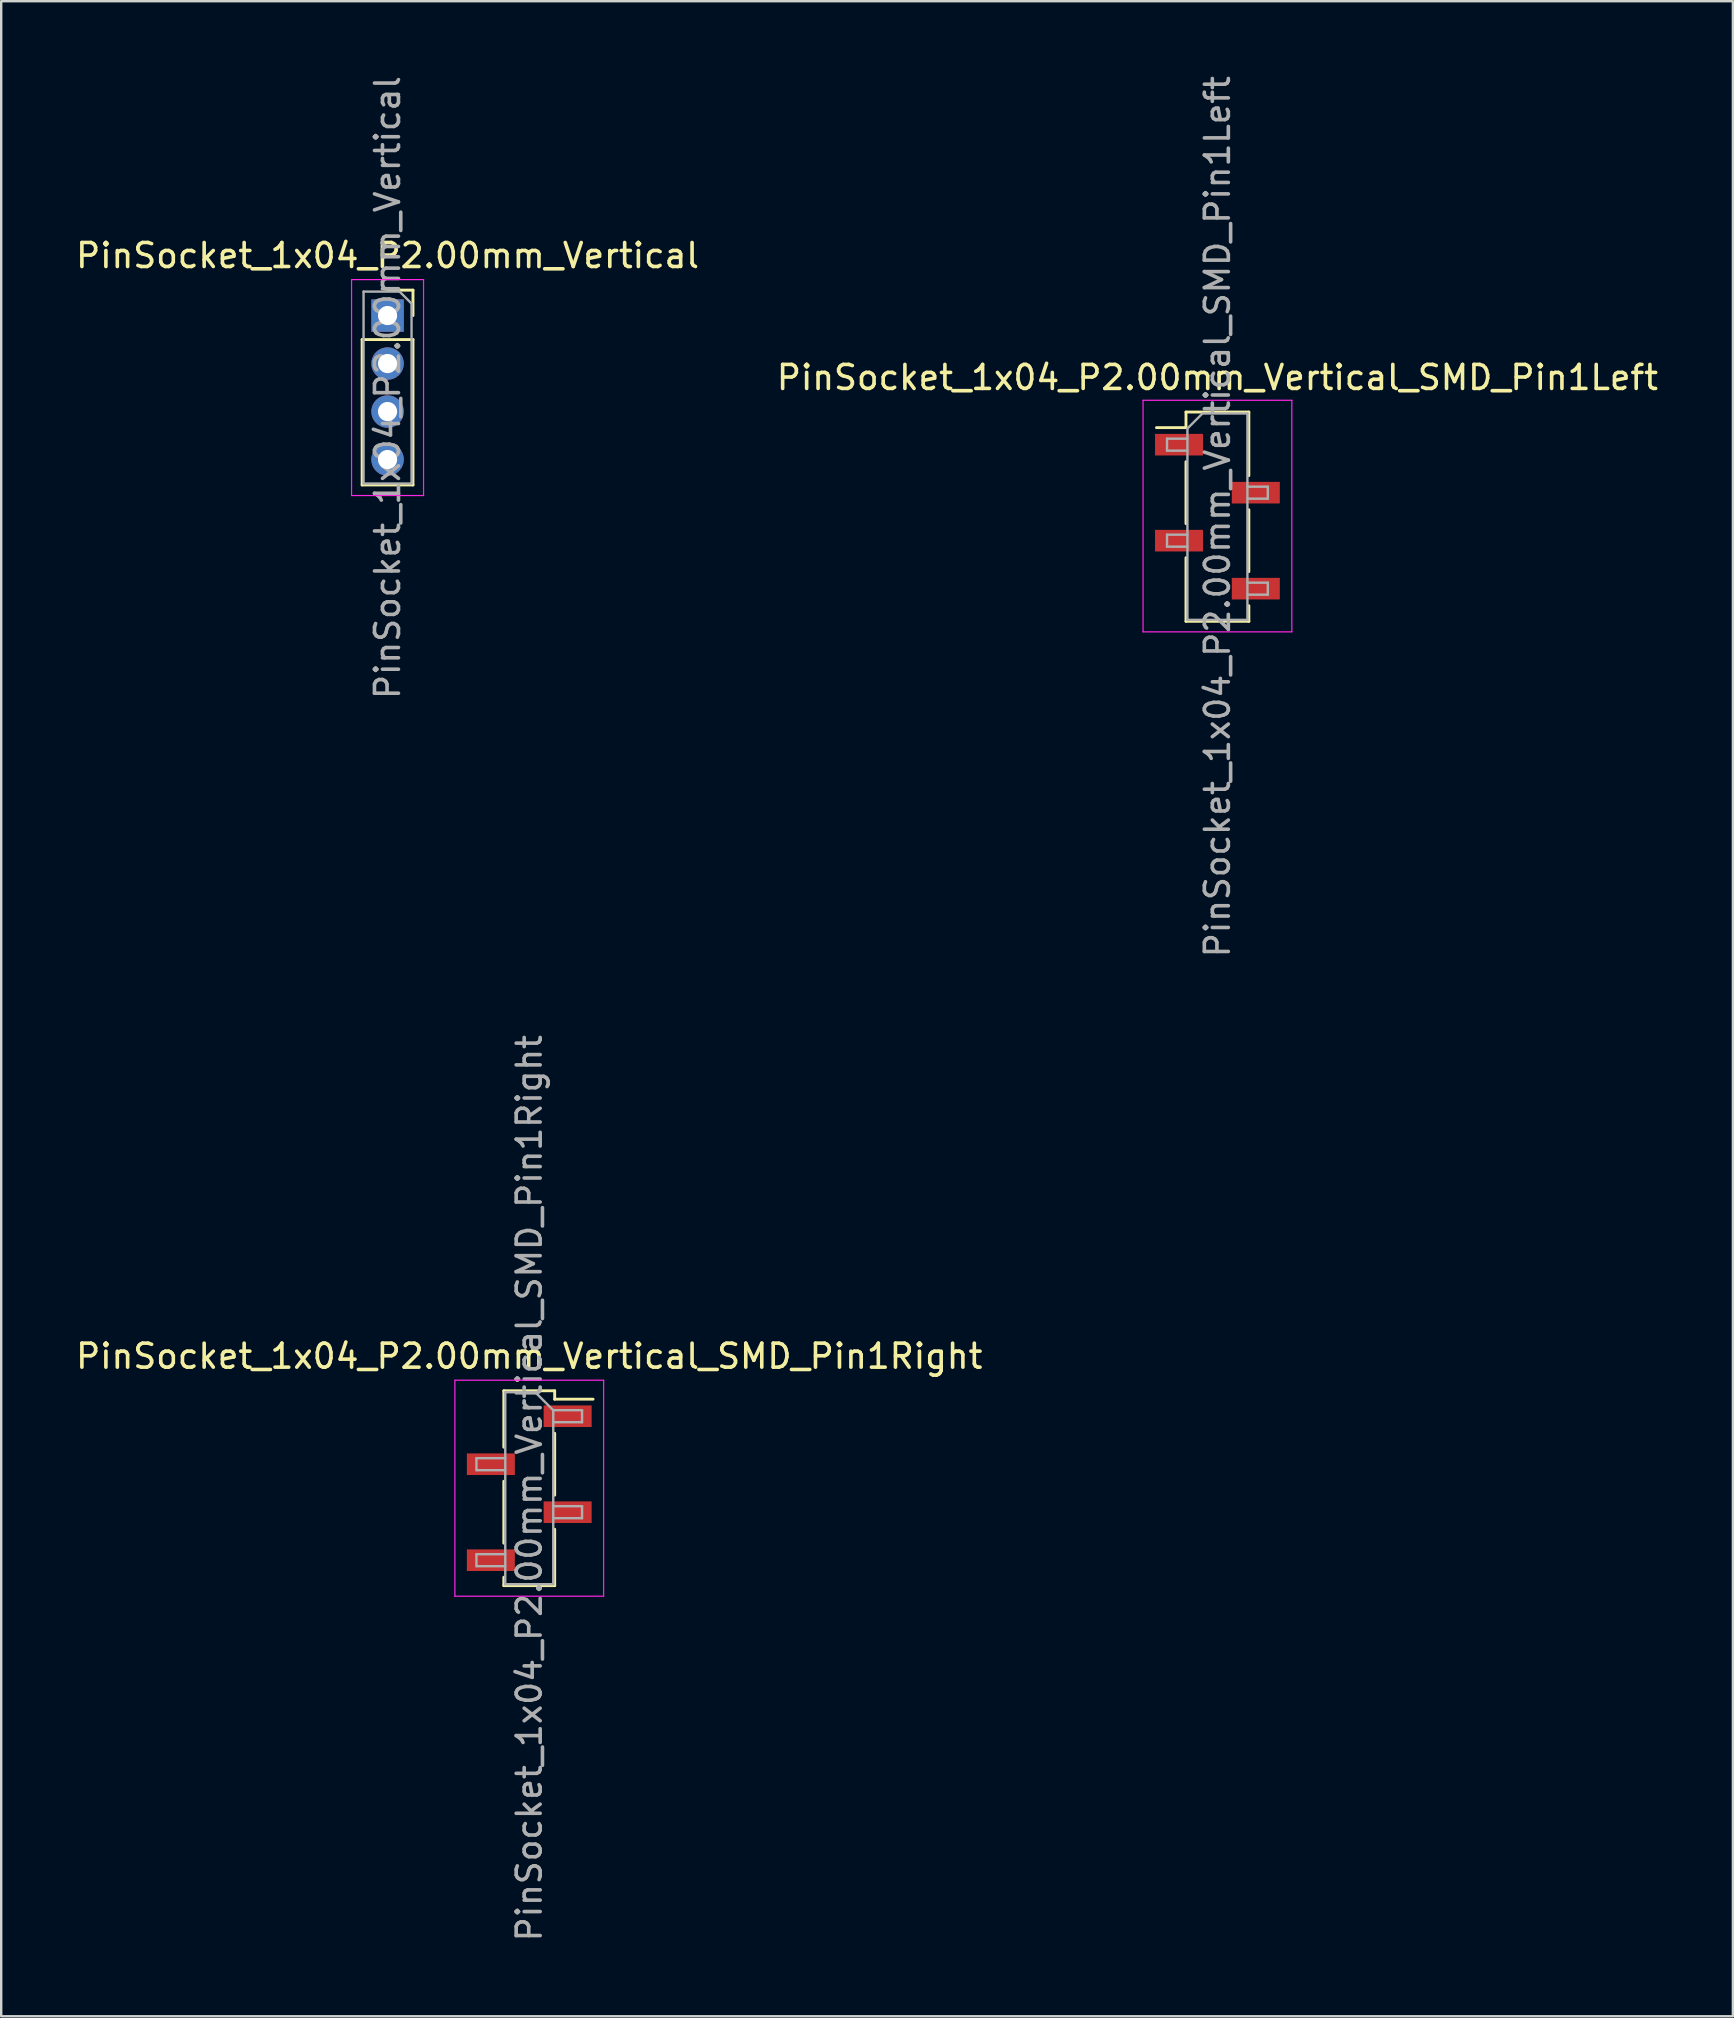
<source format=kicad_pcb>
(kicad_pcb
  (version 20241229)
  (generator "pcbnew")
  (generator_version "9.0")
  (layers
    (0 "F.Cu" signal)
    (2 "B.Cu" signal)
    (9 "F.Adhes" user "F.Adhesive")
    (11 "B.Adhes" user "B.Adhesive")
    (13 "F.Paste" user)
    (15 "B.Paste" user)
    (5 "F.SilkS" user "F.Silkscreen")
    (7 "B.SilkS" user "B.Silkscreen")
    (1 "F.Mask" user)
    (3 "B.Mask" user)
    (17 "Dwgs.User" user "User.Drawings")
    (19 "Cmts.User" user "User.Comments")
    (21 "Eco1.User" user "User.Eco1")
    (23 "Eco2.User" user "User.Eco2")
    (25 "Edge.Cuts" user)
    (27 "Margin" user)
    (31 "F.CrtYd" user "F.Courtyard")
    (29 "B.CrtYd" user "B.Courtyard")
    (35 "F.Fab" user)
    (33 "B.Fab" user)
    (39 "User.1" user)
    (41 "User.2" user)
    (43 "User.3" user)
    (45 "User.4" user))
  (footprint "PinSocket_1x04_P2.00mm_Vertical_SMD_Pin1Right"
    (layer "F.Cu")
    (at 19.006 58.97)
    (property "Reference" "PinSocket_1x04_P2.00mm_Vertical_SMD_Pin1Right" (at 0 -5.5 0) (layer "F.SilkS") (effects (font (size 1 1) (thickness 0.15))))
    (attr smd)
    (fp_line (start -1.06 -4.06) (end -1.06 -1.71) (stroke (width 0.12) (type solid)) (layer "F.SilkS"))
    (fp_line (start -1.06 -4.06) (end 1.06 -4.06) (stroke (width 0.12) (type solid)) (layer "F.SilkS"))
    (fp_line (start -1.06 -0.29) (end -1.06 2.29) (stroke (width 0.12) (type solid)) (layer "F.SilkS"))
    (fp_line (start -1.06 4.06) (end -1.06 3.71) (stroke (width 0.12) (type solid)) (layer "F.SilkS"))
    (fp_line (start 1.06 -4.06) (end 1.06 -3.71) (stroke (width 0.12) (type solid)) (layer "F.SilkS"))
    (fp_line (start 1.06 -3.71) (end 2.66 -3.71) (stroke (width 0.12) (type solid)) (layer "F.SilkS"))
    (fp_line (start 1.06 -2.29) (end 1.06 0.29) (stroke (width 0.12) (type solid)) (layer "F.SilkS"))
    (fp_line (start 1.06 1.71) (end 1.06 4.06) (stroke (width 0.12) (type solid)) (layer "F.SilkS"))
    (fp_line (start 1.06 4.06) (end -1.06 4.06) (stroke (width 0.12) (type solid)) (layer "F.SilkS"))
    (fp_line (start -3.1 -4.5) (end 3.1 -4.5) (stroke (width 0.05) (type solid)) (layer "F.CrtYd"))
    (fp_line (start -3.1 4.5) (end -3.1 -4.5) (stroke (width 0.05) (type solid)) (layer "F.CrtYd"))
    (fp_line (start 3.1 -4.5) (end 3.1 4.5) (stroke (width 0.05) (type solid)) (layer "F.CrtYd"))
    (fp_line (start 3.1 4.5) (end -3.1 4.5) (stroke (width 0.05) (type solid)) (layer "F.CrtYd"))
    (fp_line (start -2.2 -1.25) (end -1 -1.25) (stroke (width 0.1) (type solid)) (layer "F.Fab"))
    (fp_line (start -2.2 -0.75) (end -2.2 -1.25) (stroke (width 0.1) (type solid)) (layer "F.Fab"))
    (fp_line (start -2.2 2.75) (end -1 2.75) (stroke (width 0.1) (type solid)) (layer "F.Fab"))
    (fp_line (start -2.2 3.25) (end -2.2 2.75) (stroke (width 0.1) (type solid)) (layer "F.Fab"))
    (fp_line (start -1 -4) (end 0.25 -4) (stroke (width 0.1) (type solid)) (layer "F.Fab"))
    (fp_line (start -1 -0.75) (end -2.2 -0.75) (stroke (width 0.1) (type solid)) (layer "F.Fab"))
    (fp_line (start -1 3.25) (end -2.2 3.25) (stroke (width 0.1) (type solid)) (layer "F.Fab"))
    (fp_line (start -1 4) (end -1 -4) (stroke (width 0.1) (type solid)) (layer "F.Fab"))
    (fp_line (start 0.25 -4) (end 1 -3.25) (stroke (width 0.1) (type solid)) (layer "F.Fab"))
    (fp_line (start 1 -3.25) (end 1 4) (stroke (width 0.1) (type solid)) (layer "F.Fab"))
    (fp_line (start 1 -3.25) (end 2.2 -3.25) (stroke (width 0.1) (type solid)) (layer "F.Fab"))
    (fp_line (start 1 0.75) (end 2.2 0.75) (stroke (width 0.1) (type solid)) (layer "F.Fab"))
    (fp_line (start 1 4) (end -1 4) (stroke (width 0.1) (type solid)) (layer "F.Fab"))
    (fp_line (start 2.2 -3.25) (end 2.2 -2.75) (stroke (width 0.1) (type solid)) (layer "F.Fab"))
    (fp_line (start 2.2 -2.75) (end 1 -2.75) (stroke (width 0.1) (type solid)) (layer "F.Fab"))
    (fp_line (start 2.2 0.75) (end 2.2 1.25) (stroke (width 0.1) (type solid)) (layer "F.Fab"))
    (fp_line (start 2.2 1.25) (end 1 1.25) (stroke (width 0.1) (type solid)) (layer "F.Fab"))
    (fp_text user "${REFERENCE}" (at 0 0 90) (layer "F.Fab") (effects (font (size 1 1) (thickness 0.15))))
    (pad "1" smd rect (at 1.6 -3) (size 2 0.9) (layers "F.Cu" "F.Mask" "F.Paste"))
    (pad "2" smd rect (at -1.6 -1) (size 2 0.9) (layers "F.Cu" "F.Mask" "F.Paste"))
    (pad "3" smd rect (at 1.6 1) (size 2 0.9) (layers "F.Cu" "F.Mask" "F.Paste"))
    (pad "4" smd rect (at -1.6 3) (size 2 0.9) (layers "F.Cu" "F.Mask" "F.Paste")))
  (footprint "PinSocket_1x04_P2.00mm_Vertical"
    (layer "F.Cu")
    (at 13.101 10.101)
    (property "Reference" "PinSocket_1x04_P2.00mm_Vertical" (at 0 -2.5 0) (layer "F.SilkS") (effects (font (size 1 1) (thickness 0.15))))
    (attr through_hole)
    (fp_line (start -1.06 1) (end -1.06 7.06) (stroke (width 0.12) (type solid)) (layer "F.SilkS"))
    (fp_line (start -1.06 1) (end 1.06 1) (stroke (width 0.12) (type solid)) (layer "F.SilkS"))
    (fp_line (start -1.06 7.06) (end 1.06 7.06) (stroke (width 0.12) (type solid)) (layer "F.SilkS"))
    (fp_line (start 0 -1.06) (end 1.06 -1.06) (stroke (width 0.12) (type solid)) (layer "F.SilkS"))
    (fp_line (start 1.06 -1.06) (end 1.06 0) (stroke (width 0.12) (type solid)) (layer "F.SilkS"))
    (fp_line (start 1.06 1) (end 1.06 7.06) (stroke (width 0.12) (type solid)) (layer "F.SilkS"))
    (fp_line (start -1.5 -1.5) (end 1.5 -1.5) (stroke (width 0.05) (type solid)) (layer "F.CrtYd"))
    (fp_line (start -1.5 7.5) (end -1.5 -1.5) (stroke (width 0.05) (type solid)) (layer "F.CrtYd"))
    (fp_line (start 1.5 -1.5) (end 1.5 7.5) (stroke (width 0.05) (type solid)) (layer "F.CrtYd"))
    (fp_line (start 1.5 7.5) (end -1.5 7.5) (stroke (width 0.05) (type solid)) (layer "F.CrtYd"))
    (fp_line (start -1 -1) (end 0.5 -1) (stroke (width 0.1) (type solid)) (layer "F.Fab"))
    (fp_line (start -1 7) (end -1 -1) (stroke (width 0.1) (type solid)) (layer "F.Fab"))
    (fp_line (start 0.5 -1) (end 1 -0.5) (stroke (width 0.1) (type solid)) (layer "F.Fab"))
    (fp_line (start 1 -0.5) (end 1 7) (stroke (width 0.1) (type solid)) (layer "F.Fab"))
    (fp_line (start 1 7) (end -1 7) (stroke (width 0.1) (type solid)) (layer "F.Fab"))
    (fp_text user "${REFERENCE}" (at 0 3 90) (layer "F.Fab") (effects (font (size 1 1) (thickness 0.15))))
    (pad "1" thru_hole rect (at 0 0) (size 1.35 1.35) (drill 0.8) (layers "*.Cu" "*.Mask"))
    (pad "2" thru_hole oval (at 0 2) (size 1.35 1.35) (drill 0.8) (layers "*.Cu" "*.Mask"))
    (pad "3" thru_hole oval (at 0 4) (size 1.35 1.35) (drill 0.8) (layers "*.Cu" "*.Mask"))
    (pad "4" thru_hole oval (at 0 6) (size 1.35 1.35) (drill 0.8) (layers "*.Cu" "*.Mask")))
  (footprint "PinSocket_1x04_P2.00mm_Vertical_SMD_Pin1Left"
    (layer "F.Cu")
    (at 47.685 18.482)
    (property "Reference" "PinSocket_1x04_P2.00mm_Vertical_SMD_Pin1Left" (at 0 -5.8 0) (layer "F.SilkS") (effects (font (size 1 1) (thickness 0.15))))
    (attr smd)
    (fp_line (start -2.54 -3.71) (end -1.31 -3.71) (stroke (width 0.12) (type solid)) (layer "F.SilkS"))
    (fp_line (start -1.31 -4.36) (end -1.31 -3.71) (stroke (width 0.12) (type solid)) (layer "F.SilkS"))
    (fp_line (start -1.31 -4.36) (end 1.31 -4.36) (stroke (width 0.12) (type solid)) (layer "F.SilkS"))
    (fp_line (start -1.31 -2.29) (end -1.31 0.29) (stroke (width 0.12) (type solid)) (layer "F.SilkS"))
    (fp_line (start -1.31 1.71) (end -1.31 4.36) (stroke (width 0.12) (type solid)) (layer "F.SilkS"))
    (fp_line (start -1.31 4.36) (end 1.31 4.36) (stroke (width 0.12) (type solid)) (layer "F.SilkS"))
    (fp_line (start 1.31 -4.36) (end 1.31 -1.71) (stroke (width 0.12) (type solid)) (layer "F.SilkS"))
    (fp_line (start 1.31 -0.29) (end 1.31 2.29) (stroke (width 0.12) (type solid)) (layer "F.SilkS"))
    (fp_line (start 1.31 3.71) (end 1.31 4.36) (stroke (width 0.12) (type solid)) (layer "F.SilkS"))
    (fp_line (start -3.1 -4.85) (end 3.1 -4.85) (stroke (width 0.05) (type solid)) (layer "F.CrtYd"))
    (fp_line (start -3.1 4.8) (end -3.1 -4.85) (stroke (width 0.05) (type solid)) (layer "F.CrtYd"))
    (fp_line (start 3.1 -4.85) (end 3.1 4.8) (stroke (width 0.05) (type solid)) (layer "F.CrtYd"))
    (fp_line (start 3.1 4.8) (end -3.1 4.8) (stroke (width 0.05) (type solid)) (layer "F.CrtYd"))
    (fp_line (start -2.1 -3.25) (end -1.25 -3.25) (stroke (width 0.1) (type solid)) (layer "F.Fab"))
    (fp_line (start -2.1 -2.75) (end -2.1 -3.25) (stroke (width 0.1) (type solid)) (layer "F.Fab"))
    (fp_line (start -2.1 0.75) (end -1.25 0.75) (stroke (width 0.1) (type solid)) (layer "F.Fab"))
    (fp_line (start -2.1 1.25) (end -2.1 0.75) (stroke (width 0.1) (type solid)) (layer "F.Fab"))
    (fp_line (start -1.25 -3.675) (end -0.625 -4.3) (stroke (width 0.1) (type solid)) (layer "F.Fab"))
    (fp_line (start -1.25 -2.75) (end -2.1 -2.75) (stroke (width 0.1) (type solid)) (layer "F.Fab"))
    (fp_line (start -1.25 1.25) (end -2.1 1.25) (stroke (width 0.1) (type solid)) (layer "F.Fab"))
    (fp_line (start -1.25 4.3) (end -1.25 -3.675) (stroke (width 0.1) (type solid)) (layer "F.Fab"))
    (fp_line (start -0.625 -4.3) (end 1.25 -4.3) (stroke (width 0.1) (type solid)) (layer "F.Fab"))
    (fp_line (start 1.25 -4.3) (end 1.25 4.3) (stroke (width 0.1) (type solid)) (layer "F.Fab"))
    (fp_line (start 1.25 -1.25) (end 2.1 -1.25) (stroke (width 0.1) (type solid)) (layer "F.Fab"))
    (fp_line (start 1.25 2.75) (end 2.1 2.75) (stroke (width 0.1) (type solid)) (layer "F.Fab"))
    (fp_line (start 1.25 4.3) (end -1.25 4.3) (stroke (width 0.1) (type solid)) (layer "F.Fab"))
    (fp_line (start 2.1 -1.25) (end 2.1 -0.75) (stroke (width 0.1) (type solid)) (layer "F.Fab"))
    (fp_line (start 2.1 -0.75) (end 1.25 -0.75) (stroke (width 0.1) (type solid)) (layer "F.Fab"))
    (fp_line (start 2.1 2.75) (end 2.1 3.25) (stroke (width 0.1) (type solid)) (layer "F.Fab"))
    (fp_line (start 2.1 3.25) (end 1.25 3.25) (stroke (width 0.1) (type solid)) (layer "F.Fab"))
    (fp_text user "${REFERENCE}" (at 0 0 90) (layer "F.Fab") (effects (font (size 1 1) (thickness 0.15))))
    (pad "1" smd rect (at -1.6 -3) (size 2 0.9) (layers "F.Cu" "F.Mask" "F.Paste"))
    (pad "2" smd rect (at 1.6 -1) (size 2 0.9) (layers "F.Cu" "F.Mask" "F.Paste"))
    (pad "3" smd rect (at -1.6 1) (size 2 0.9) (layers "F.Cu" "F.Mask" "F.Paste"))
    (pad "4" smd rect (at 1.6 3) (size 2 0.9) (layers "F.Cu" "F.Mask" "F.Paste")))
  (gr_rect
    (start -3 -3)
    (end 69.167 80.976)
    (stroke (width 0.1) (type default))
    (fill no)
    (layer "Edge.Cuts")))
</source>
